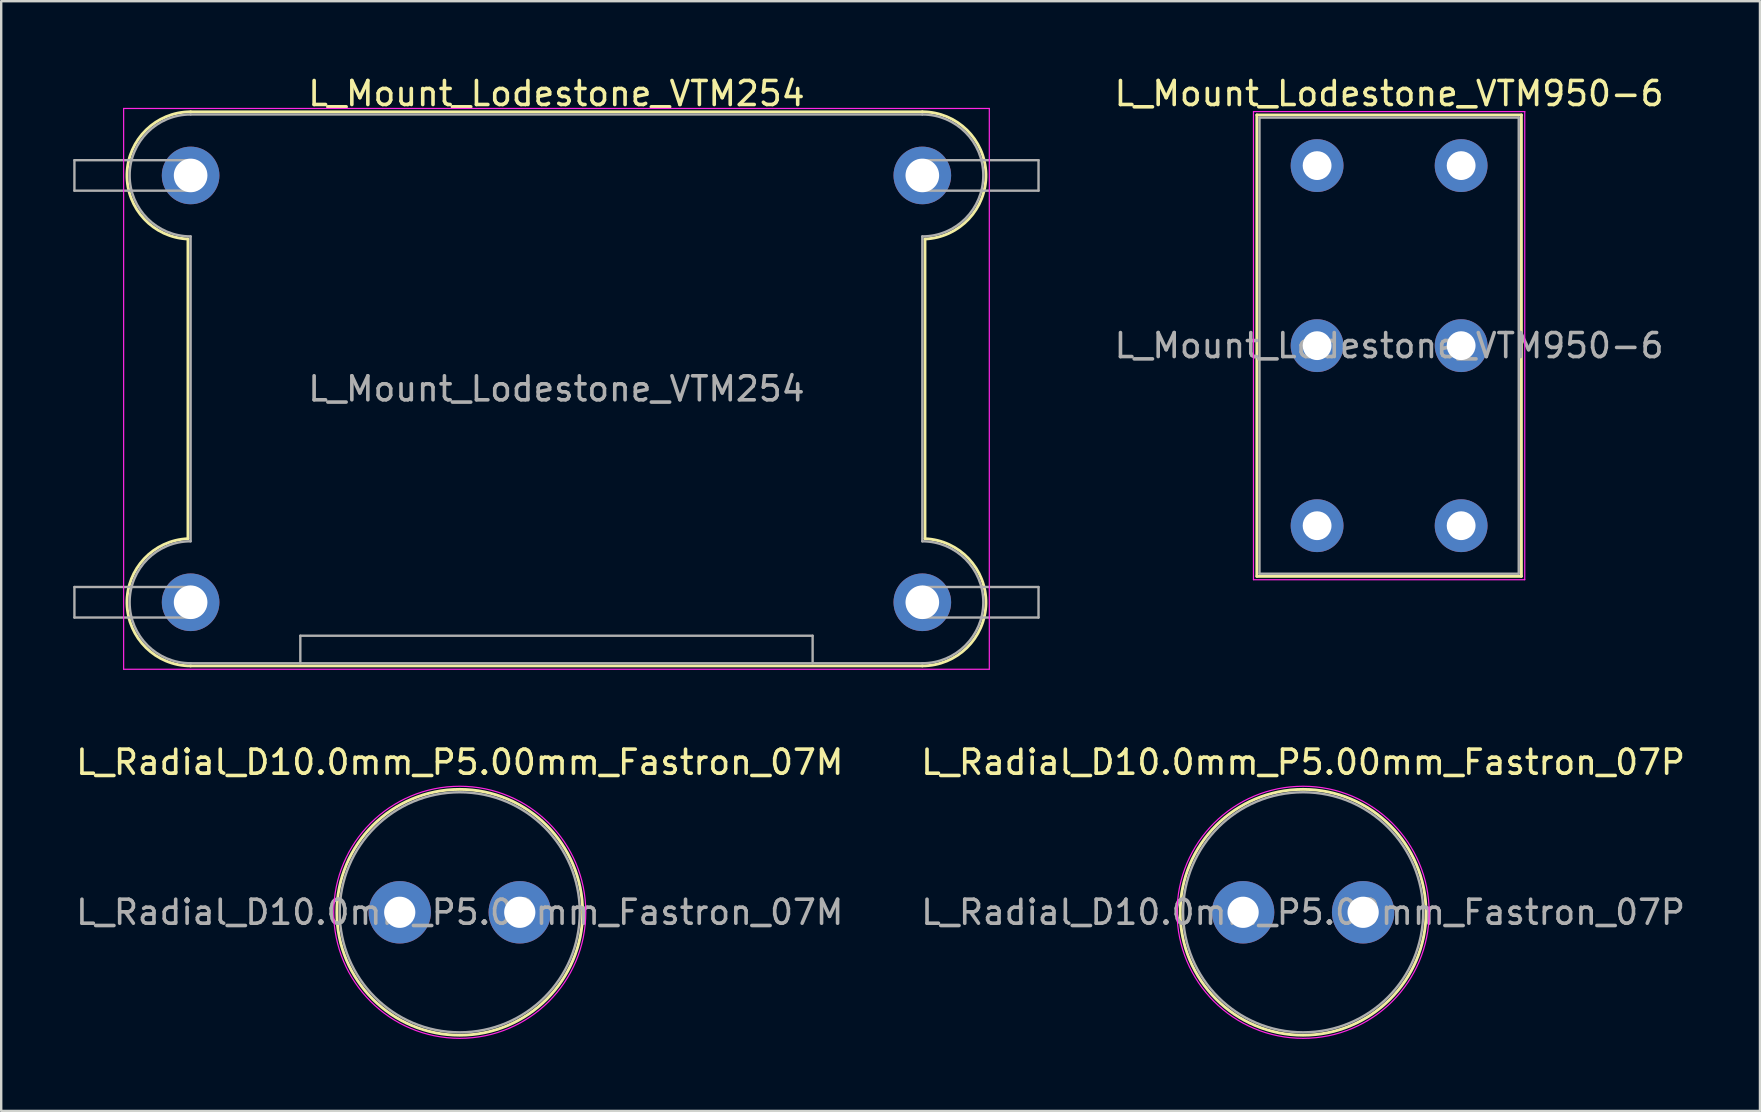
<source format=kicad_pcb>
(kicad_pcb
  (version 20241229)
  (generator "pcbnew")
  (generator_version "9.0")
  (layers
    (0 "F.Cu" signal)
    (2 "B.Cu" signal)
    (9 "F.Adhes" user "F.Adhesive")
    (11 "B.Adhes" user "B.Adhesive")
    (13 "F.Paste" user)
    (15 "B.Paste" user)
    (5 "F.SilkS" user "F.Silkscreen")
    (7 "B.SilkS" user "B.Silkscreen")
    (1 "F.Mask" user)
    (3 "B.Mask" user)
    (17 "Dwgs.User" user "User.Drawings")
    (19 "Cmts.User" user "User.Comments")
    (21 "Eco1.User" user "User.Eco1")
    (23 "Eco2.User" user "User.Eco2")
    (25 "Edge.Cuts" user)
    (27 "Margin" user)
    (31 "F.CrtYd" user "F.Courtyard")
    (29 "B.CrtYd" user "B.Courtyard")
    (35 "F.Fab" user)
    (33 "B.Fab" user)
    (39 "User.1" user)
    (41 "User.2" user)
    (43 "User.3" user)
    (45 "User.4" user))
  (footprint "L_Mount_Lodestone_VTM254"
    (layer "F.Cu")
    (at 4.89 22.038)
    (property "Reference" "L_Mount_Lodestone_VTM254" (at 15.24 -21.19 0) (layer "F.SilkS") (effects (font (size 1 1) (thickness 0.15))))
    (attr through_hole)
    (fp_line (start -0.11 -2.65) (end -0.11 -15.13) (stroke (width 0.12) (type solid)) (layer "F.SilkS"))
    (fp_line (start 0 -20.43) (end 30.48 -20.43) (stroke (width 0.12) (type solid)) (layer "F.SilkS"))
    (fp_line (start 0 2.65) (end 30.48 2.65) (stroke (width 0.12) (type solid)) (layer "F.SilkS"))
    (fp_line (start 30.59 -2.65) (end 30.59 -15.13) (stroke (width 0.12) (type solid)) (layer "F.SilkS"))
    (fp_arc (start -0.11097 -15.132325) (mid -2.649418 -17.835497) (end 0 -20.43) (stroke (width 0.12) (type solid)) (layer "F.SilkS"))
    (fp_arc (start 0 2.65) (mid -2.649419 0.055497) (end -0.11097 -2.647675) (stroke (width 0.12) (type solid)) (layer "F.SilkS"))
    (fp_arc (start 30.48 -20.43) (mid 33.129419 -17.835497) (end 30.59097 -15.132325) (stroke (width 0.12) (type solid)) (layer "F.SilkS"))
    (fp_arc (start 30.59097 -2.647675) (mid 33.129418 0.055497) (end 30.48 2.65) (stroke (width 0.12) (type solid)) (layer "F.SilkS"))
    (fp_line (start -2.79 -20.57) (end 33.27 -20.57) (stroke (width 0.05) (type solid)) (layer "F.CrtYd"))
    (fp_line (start -2.79 2.79) (end -2.79 -20.57) (stroke (width 0.05) (type solid)) (layer "F.CrtYd"))
    (fp_line (start -2.79 2.79) (end 33.27 2.79) (stroke (width 0.05) (type solid)) (layer "F.CrtYd"))
    (fp_line (start 33.27 2.79) (end 33.27 -20.57) (stroke (width 0.05) (type solid)) (layer "F.CrtYd"))
    (fp_line (start -4.84 -18.415) (end 0 -18.415) (stroke (width 0.1) (type solid)) (layer "F.Fab"))
    (fp_line (start -4.84 -17.145) (end -4.84 -18.415) (stroke (width 0.1) (type solid)) (layer "F.Fab"))
    (fp_line (start -4.84 -0.635) (end 0 -0.635) (stroke (width 0.1) (type solid)) (layer "F.Fab"))
    (fp_line (start -4.84 0.635) (end -4.84 -0.635) (stroke (width 0.1) (type solid)) (layer "F.Fab"))
    (fp_line (start 0 -20.32) (end 30.48 -20.32) (stroke (width 0.1) (type solid)) (layer "F.Fab"))
    (fp_line (start 0 -17.145) (end -4.84 -17.145) (stroke (width 0.1) (type solid)) (layer "F.Fab"))
    (fp_line (start 0 -2.54) (end 0 -15.24) (stroke (width 0.1) (type solid)) (layer "F.Fab"))
    (fp_line (start 0 0.635) (end -4.84 0.635) (stroke (width 0.1) (type solid)) (layer "F.Fab"))
    (fp_line (start 0 2.54) (end 30.48 2.54) (stroke (width 0.1) (type solid)) (layer "F.Fab"))
    (fp_line (start 4.57 1.395) (end 4.57 2.54) (stroke (width 0.1) (type solid)) (layer "F.Fab"))
    (fp_line (start 4.57 1.395) (end 25.91 1.395) (stroke (width 0.1) (type solid)) (layer "F.Fab"))
    (fp_line (start 25.91 1.395) (end 25.91 2.54) (stroke (width 0.1) (type solid)) (layer "F.Fab"))
    (fp_line (start 30.48 -18.415) (end 35.32 -18.415) (stroke (width 0.1) (type solid)) (layer "F.Fab"))
    (fp_line (start 30.48 -2.54) (end 30.48 -15.24) (stroke (width 0.1) (type solid)) (layer "F.Fab"))
    (fp_line (start 30.48 -0.635) (end 35.32 -0.635) (stroke (width 0.1) (type solid)) (layer "F.Fab"))
    (fp_line (start 35.32 -18.415) (end 35.32 -17.145) (stroke (width 0.1) (type solid)) (layer "F.Fab"))
    (fp_line (start 35.32 -17.145) (end 30.48 -17.145) (stroke (width 0.1) (type solid)) (layer "F.Fab"))
    (fp_line (start 35.32 -0.635) (end 35.32 0.635) (stroke (width 0.1) (type solid)) (layer "F.Fab"))
    (fp_line (start 35.32 0.635) (end 30.48 0.635) (stroke (width 0.1) (type solid)) (layer "F.Fab"))
    (fp_arc (start 0 -18.415) (mid 0.635 -17.78) (end 0 -17.145) (stroke (width 0.1) (type solid)) (layer "F.Fab"))
    (fp_arc (start 0 -15.24) (mid -2.54 -17.78) (end 0 -20.32) (stroke (width 0.1) (type solid)) (layer "F.Fab"))
    (fp_arc (start 0 -0.635) (mid 0.635 0) (end 0 0.635) (stroke (width 0.1) (type solid)) (layer "F.Fab"))
    (fp_arc (start 0 2.54) (mid -2.54 0) (end 0 -2.54) (stroke (width 0.1) (type solid)) (layer "F.Fab"))
    (fp_arc (start 30.48 -20.32) (mid 33.02 -17.78) (end 30.48 -15.24) (stroke (width 0.1) (type solid)) (layer "F.Fab"))
    (fp_arc (start 30.48 -17.145) (mid 29.845 -17.78) (end 30.48 -18.415) (stroke (width 0.1) (type solid)) (layer "F.Fab"))
    (fp_arc (start 30.48 -2.54) (mid 33.02 0) (end 30.48 2.54) (stroke (width 0.1) (type solid)) (layer "F.Fab"))
    (fp_arc (start 30.48 0.635) (mid 29.845 0) (end 30.48 -0.635) (stroke (width 0.1) (type solid)) (layer "F.Fab"))
    (fp_text user "${REFERENCE}" (at 15.24 -8.89 0) (layer "F.Fab") (effects (font (size 1 1) (thickness 0.15))))
    (pad "1" thru_hole circle (at 0 0) (size 2.4 2.4) (drill 1.4) (layers "*.Cu" "*.Mask"))
    (pad "2" thru_hole circle (at 30.48 -17.78) (size 2.4 2.4) (drill 1.4) (layers "*.Cu" "*.Mask"))
    (pad "3" thru_hole circle (at 0 -17.78) (size 2.4 2.4) (drill 1.4) (layers "*.Cu" "*.Mask"))
    (pad "4" thru_hole circle (at 30.48 0) (size 2.4 2.4) (drill 1.4) (layers "*.Cu" "*.Mask")))
  (footprint "L_Mount_Lodestone_VTM950-6"
    (layer "F.Cu")
    (at 51.814 3.848)
    (property "Reference" "L_Mount_Lodestone_VTM950-6" (at 3 -3 0) (layer "F.SilkS") (effects (font (size 1 1) (thickness 0.15))))
    (attr through_hole)
    (fp_line (start -2.51 -2.11) (end -2.51 17.11) (stroke (width 0.12) (type solid)) (layer "F.SilkS"))
    (fp_line (start -2.51 -2.11) (end 8.51 -2.11) (stroke (width 0.12) (type solid)) (layer "F.SilkS"))
    (fp_line (start -2.51 17.11) (end 8.51 17.11) (stroke (width 0.12) (type solid)) (layer "F.SilkS"))
    (fp_line (start 8.51 -2.11) (end 8.51 17.11) (stroke (width 0.12) (type solid)) (layer "F.SilkS"))
    (fp_line (start -2.65 -2.25) (end -2.65 17.25) (stroke (width 0.05) (type solid)) (layer "F.CrtYd"))
    (fp_line (start -2.65 -2.25) (end 8.65 -2.25) (stroke (width 0.05) (type solid)) (layer "F.CrtYd"))
    (fp_line (start -2.65 17.25) (end 8.65 17.25) (stroke (width 0.05) (type solid)) (layer "F.CrtYd"))
    (fp_line (start 8.65 -2.25) (end 8.65 17.25) (stroke (width 0.05) (type solid)) (layer "F.CrtYd"))
    (fp_line (start -2.4 -2) (end -2.4 17) (stroke (width 0.1) (type solid)) (layer "F.Fab"))
    (fp_line (start -2.4 -2) (end 8.4 -2) (stroke (width 0.1) (type solid)) (layer "F.Fab"))
    (fp_line (start -2.4 17) (end 8.4 17) (stroke (width 0.1) (type solid)) (layer "F.Fab"))
    (fp_line (start 8.4 -2) (end 8.4 17) (stroke (width 0.1) (type solid)) (layer "F.Fab"))
    (fp_text user "${REFERENCE}" (at 3 7.5 0) (layer "F.Fab") (effects (font (size 1 1) (thickness 0.15))))
    (pad "1" thru_hole circle (at 0 0) (size 2.2 2.2) (drill 1.2) (layers "*.Cu" "*.Mask"))
    (pad "2" thru_hole circle (at 6 15) (size 2.2 2.2) (drill 1.2) (layers "*.Cu" "*.Mask"))
    (pad "3" thru_hole circle (at 0 15) (size 2.2 2.2) (drill 1.2) (layers "*.Cu" "*.Mask"))
    (pad "4" thru_hole circle (at 6 0) (size 2.2 2.2) (drill 1.2) (layers "*.Cu" "*.Mask"))
    (pad "5" thru_hole circle (at 0 7.5) (size 2.2 2.2) (drill 1.2) (layers "*.Cu" "*.Mask"))
    (pad "6" thru_hole circle (at 6 7.5) (size 2.2 2.2) (drill 1.2) (layers "*.Cu" "*.Mask")))
  (footprint "L_Radial_D10.0mm_P5.00mm_Fastron_07M"
    (layer "F.Cu")
    (at 13.601 34.952)
    (property "Reference" "L_Radial_D10.0mm_P5.00mm_Fastron_07M" (at 2.5 -6.25 0) (layer "F.SilkS") (effects (font (size 1 1) (thickness 0.15))))
    (attr through_hole)
    (fp_circle (center 2.5 0) (end 7.62 0) (stroke (width 0.12) (type solid)) (fill no) (layer "F.SilkS"))
    (fp_circle (center 2.5 0) (end 7.75 0) (stroke (width 0.05) (type solid)) (fill no) (layer "F.CrtYd"))
    (fp_circle (center 2.5 0) (end 7.5 0) (stroke (width 0.1) (type solid)) (fill no) (layer "F.Fab"))
    (fp_text user "${REFERENCE}" (at 2.5 0 0) (layer "F.Fab") (effects (font (size 1 1) (thickness 0.15))))
    (pad "1" thru_hole circle (at 0 0) (size 2.6 2.6) (drill 1.3) (layers "*.Cu" "*.Mask"))
    (pad "2" thru_hole circle (at 5 0) (size 2.6 2.6) (drill 1.3) (layers "*.Cu" "*.Mask")))
  (footprint "L_Radial_D10.0mm_P5.00mm_Fastron_07P"
    (layer "F.Cu")
    (at 48.732 34.952)
    (property "Reference" "L_Radial_D10.0mm_P5.00mm_Fastron_07P" (at 2.5 -6.25 0) (layer "F.SilkS") (effects (font (size 1 1) (thickness 0.15))))
    (attr through_hole)
    (fp_circle (center 2.5 0) (end 7.62 0) (stroke (width 0.12) (type solid)) (fill no) (layer "F.SilkS"))
    (fp_circle (center 2.5 0) (end 7.75 0) (stroke (width 0.05) (type solid)) (fill no) (layer "F.CrtYd"))
    (fp_circle (center 2.5 0) (end 7.5 0) (stroke (width 0.1) (type solid)) (fill no) (layer "F.Fab"))
    (fp_text user "${REFERENCE}" (at 2.5 0 0) (layer "F.Fab") (effects (font (size 1 1) (thickness 0.15))))
    (pad "1" thru_hole circle (at 0 0) (size 2.6 2.6) (drill 1.3) (layers "*.Cu" "*.Mask"))
    (pad "2" thru_hole circle (at 5 0) (size 2.6 2.6) (drill 1.3) (layers "*.Cu" "*.Mask")))
  (gr_rect
    (start -3 -3)
    (end 70.262 43.227)
    (stroke (width 0.1) (type default))
    (fill no)
    (layer "Edge.Cuts")))
</source>
